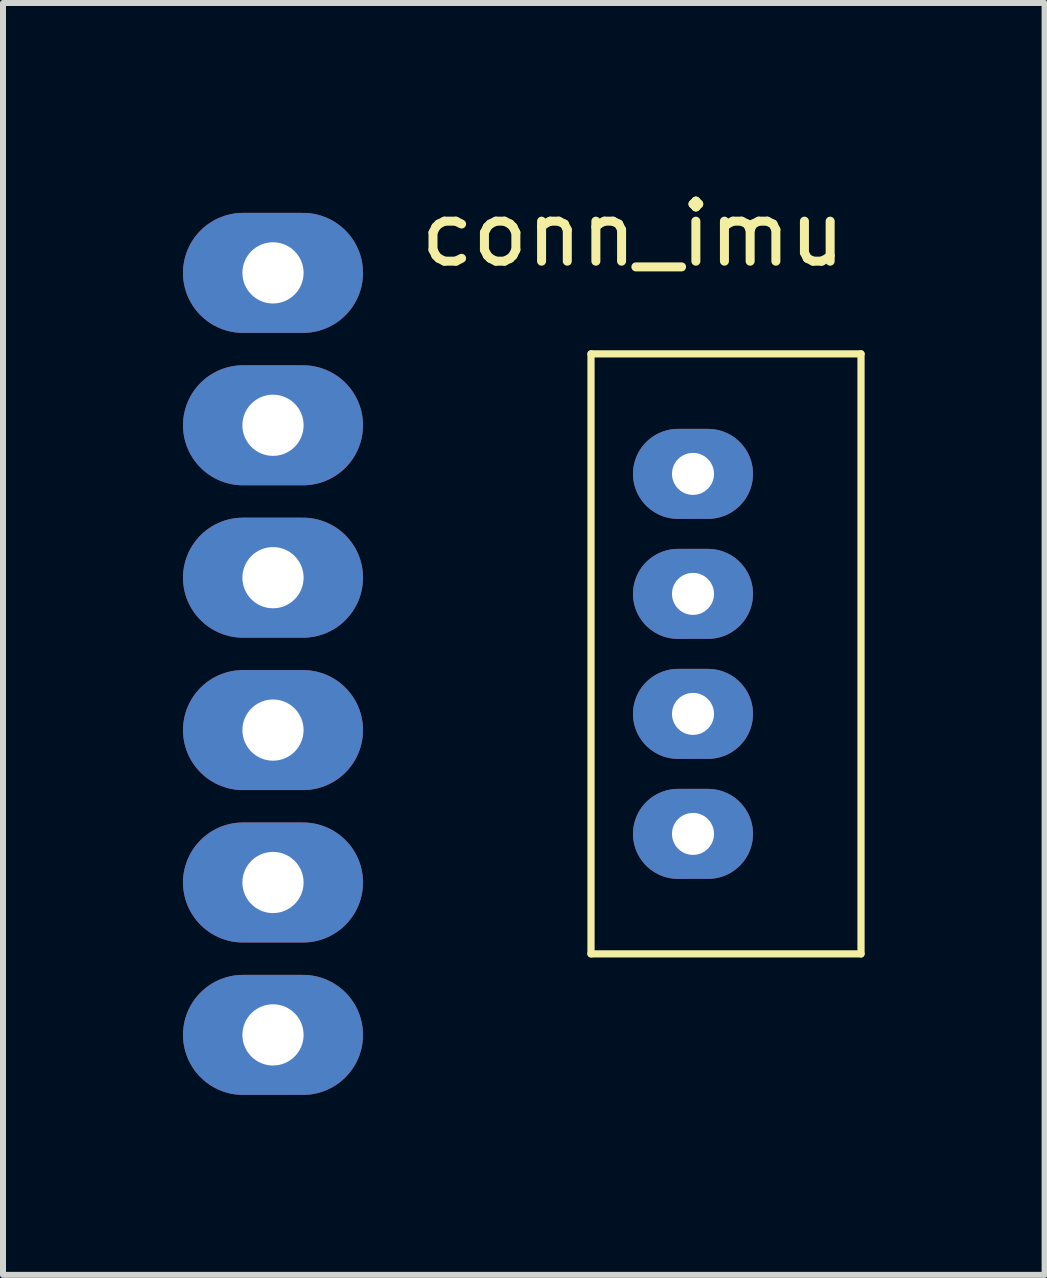
<source format=kicad_pcb>
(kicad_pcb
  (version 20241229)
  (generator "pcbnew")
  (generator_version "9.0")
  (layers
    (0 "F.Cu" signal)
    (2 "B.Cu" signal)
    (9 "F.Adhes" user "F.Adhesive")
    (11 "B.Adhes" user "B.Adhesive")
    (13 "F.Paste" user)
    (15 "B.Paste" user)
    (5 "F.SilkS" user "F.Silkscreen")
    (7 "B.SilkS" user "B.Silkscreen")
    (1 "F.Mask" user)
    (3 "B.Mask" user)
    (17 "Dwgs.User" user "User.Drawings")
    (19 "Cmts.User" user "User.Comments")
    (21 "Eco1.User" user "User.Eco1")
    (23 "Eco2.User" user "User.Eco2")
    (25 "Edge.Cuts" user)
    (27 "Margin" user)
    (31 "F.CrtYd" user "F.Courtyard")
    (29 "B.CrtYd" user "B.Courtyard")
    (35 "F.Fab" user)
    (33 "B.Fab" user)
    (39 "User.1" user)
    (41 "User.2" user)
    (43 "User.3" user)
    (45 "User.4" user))
  (footprint "conn_imu"
    (layer "F.Cu")
    (at 1.5 7.848)
    (property "Reference" "conn_imu" (at 6 -7 0) (layer "F.SilkS") (effects (font (size 1 1) (thickness 0.15))))
    (attr through_hole)
    (fp_line (start 5.3 -5) (end 5.3 5) (stroke (width 0.12) (type solid)) (layer "F.SilkS"))
    (fp_line (start 5.3 5) (end 9.8 5) (stroke (width 0.12) (type solid)) (layer "F.SilkS"))
    (fp_line (start 9.8 -5) (end 5.3 -5) (stroke (width 0.12) (type solid)) (layer "F.SilkS"))
    (fp_line (start 9.8 5) (end 9.8 -5) (stroke (width 0.12) (type solid)) (layer "F.SilkS"))
    (pad "1" thru_hole oval (at 7 -3) (size 2 1.5) (drill 0.7) (layers "*.Cu" "*.Mask"))
    (pad "2" thru_hole oval (at 7 -1) (size 2 1.5) (drill 0.7) (layers "*.Cu" "*.Mask"))
    (pad "3" thru_hole oval (at 7 1) (size 2 1.5) (drill 0.7) (layers "*.Cu" "*.Mask"))
    (pad "4" thru_hole oval (at 7 3) (size 2 1.5) (drill 0.7) (layers "*.Cu" "*.Mask"))
    (pad "5" thru_hole oval (at 0 -6.35) (size 3 2) (drill 1.02) (layers "*.Cu" "*.Mask"))
    (pad "6" thru_hole oval (at 0 -3.81) (size 3 2) (drill 1.02) (layers "*.Cu" "*.Mask"))
    (pad "7" thru_hole oval (at 0 -1.27) (size 3 2) (drill 1.02) (layers "*.Cu" "*.Mask"))
    (pad "8" thru_hole oval (at 0 1.27) (size 3 2) (drill 1.02) (layers "*.Cu" "*.Mask"))
    (pad "9" thru_hole oval (at 0 3.81) (size 3 2) (drill 1.02) (layers "*.Cu" "*.Mask"))
    (pad "10" thru_hole oval (at 0 6.35) (size 3 2) (drill 1.02) (layers "*.Cu" "*.Mask")))
  (gr_rect
    (start -3 -3)
    (end 14.36 18.198)
    (stroke (width 0.1) (type default))
    (fill no)
    (layer "Edge.Cuts")))
</source>
